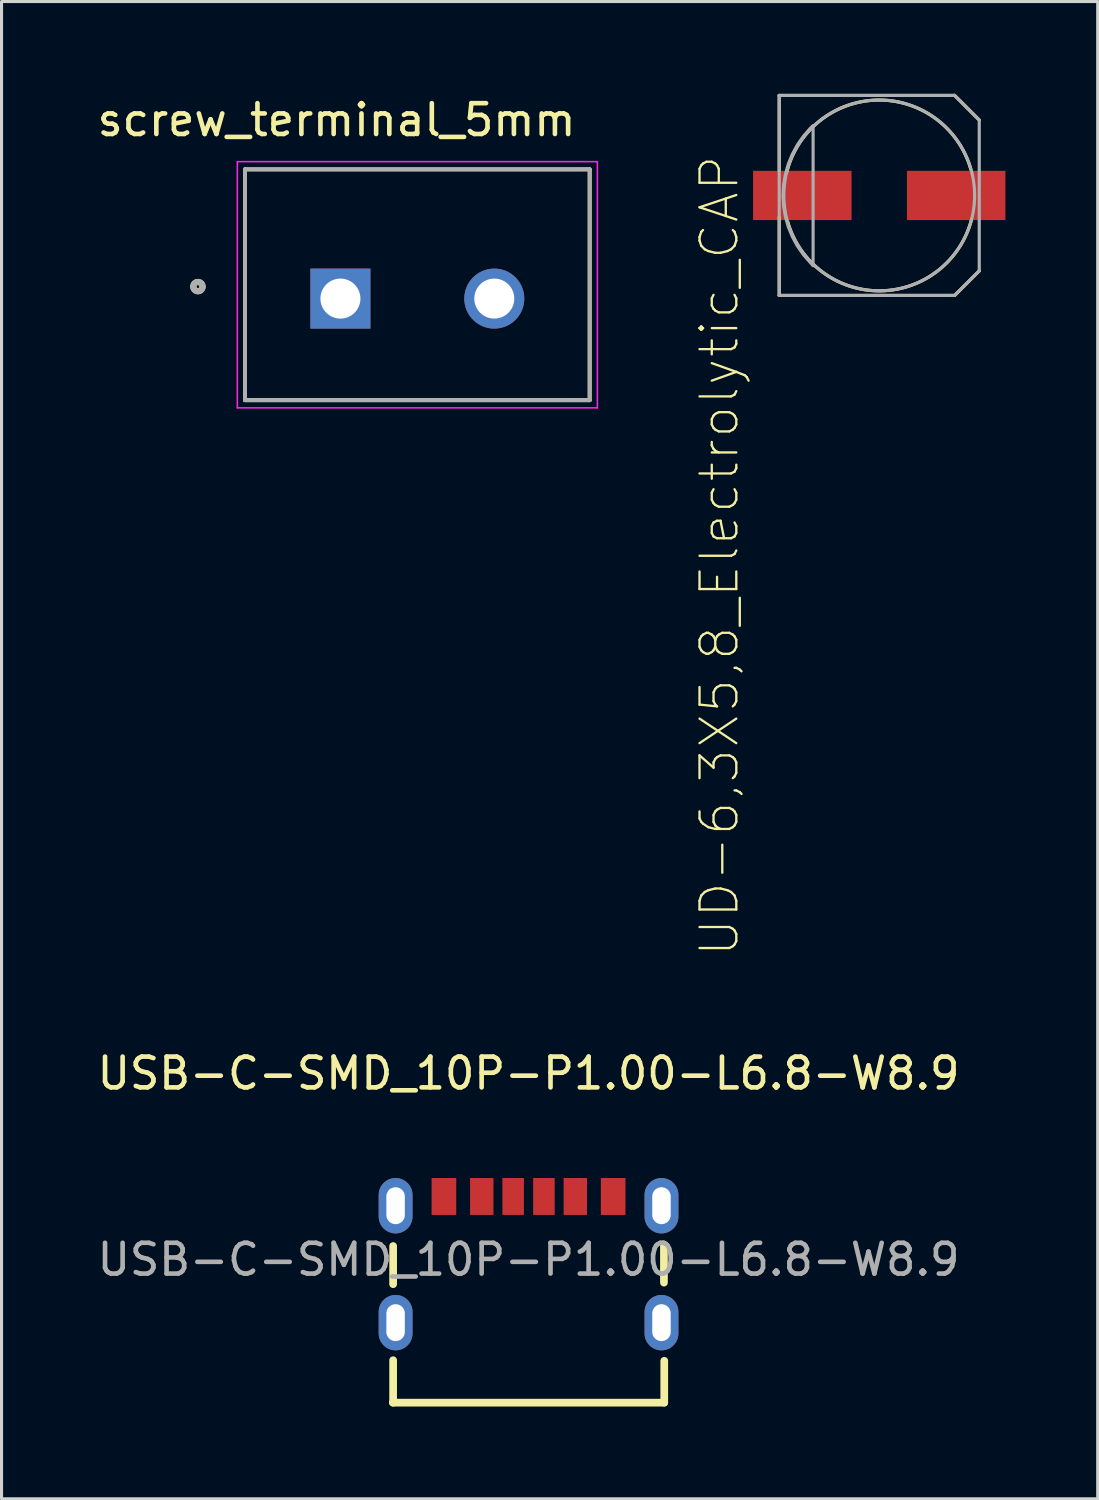
<source format=kicad_pcb>
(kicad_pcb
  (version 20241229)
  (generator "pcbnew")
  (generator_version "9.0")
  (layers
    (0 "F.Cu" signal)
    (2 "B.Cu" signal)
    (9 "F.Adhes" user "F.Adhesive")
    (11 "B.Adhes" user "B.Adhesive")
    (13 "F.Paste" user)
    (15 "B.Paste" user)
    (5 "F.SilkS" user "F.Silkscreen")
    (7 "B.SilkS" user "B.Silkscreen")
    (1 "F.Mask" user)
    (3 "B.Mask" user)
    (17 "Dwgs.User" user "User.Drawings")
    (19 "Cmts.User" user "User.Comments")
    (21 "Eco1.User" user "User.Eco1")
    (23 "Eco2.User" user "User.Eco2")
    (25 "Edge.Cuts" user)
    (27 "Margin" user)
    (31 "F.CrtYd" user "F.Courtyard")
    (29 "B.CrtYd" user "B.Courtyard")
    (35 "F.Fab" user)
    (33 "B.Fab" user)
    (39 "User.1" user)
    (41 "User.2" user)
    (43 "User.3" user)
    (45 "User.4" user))
  (footprint "UD-6,3X5,8_Electrolytic_CAP"
    (layer "F.Cu")
    (at 25.521 3.301)
    (property "Reference" "UD-6,3X5,8_Electrolytic_CAP" (at -5.893 -1.372 90) (unlocked yes) (layer "F.SilkS") (effects (font (size 1.195 1.195) (thickness 0.075)) (justify right top)))
    (fp_line (start -3.25 -3.25) (end 2.45 -3.25) (stroke (width 0.102) (type solid)) (layer "F.SilkS"))
    (fp_line (start -3.25 -0.8) (end -3.25 -3.25) (stroke (width 0.102) (type solid)) (layer "F.SilkS"))
    (fp_line (start -3.25 3.25) (end -3.25 0.7) (stroke (width 0.102) (type solid)) (layer "F.SilkS"))
    (fp_line (start 2.45 -3.25) (end 3.25 -2.45) (stroke (width 0.102) (type solid)) (layer "F.SilkS"))
    (fp_line (start 2.45 3.25) (end -3.25 3.25) (stroke (width 0.102) (type solid)) (layer "F.SilkS"))
    (fp_line (start 3.25 2.45) (end 2.45 3.25) (stroke (width 0.102) (type solid)) (layer "F.SilkS"))
    (fp_arc (start -3 -0.775) (mid -0.04121 -3.099781) (end 2.975001 -0.85) (stroke (width 0.1016) (type solid)) (layer "F.SilkS"))
    (fp_arc (start 3 0.775) (mid 0.04121 3.099781) (end -2.975001 0.85) (stroke (width 0.1016) (type solid)) (layer "F.SilkS"))
    (fp_line (start -3.25 -3.25) (end 2.45 -3.25) (stroke (width 0.102) (type solid)) (layer "F.Fab"))
    (fp_line (start -3.25 3.25) (end -3.25 -3.25) (stroke (width 0.102) (type solid)) (layer "F.Fab"))
    (fp_line (start 2.45 -3.25) (end 3.25 -2.45) (stroke (width 0.102) (type solid)) (layer "F.Fab"))
    (fp_line (start 2.45 3.25) (end -3.25 3.25) (stroke (width 0.102) (type solid)) (layer "F.Fab"))
    (fp_line (start 3.25 -2.45) (end 3.25 2.45) (stroke (width 0.102) (type solid)) (layer "F.Fab"))
    (fp_line (start 3.25 2.45) (end 2.45 3.25) (stroke (width 0.102) (type solid)) (layer "F.Fab"))
    (fp_circle (center 0 0) (end 3.1 0) (stroke (width 0.102) (type solid)) (fill no) (layer "F.Fab"))
    (fp_poly (pts (xy -2.149 2.285) (xy -2.464 1.925) (xy -2.661 1.642) (xy -2.825 1.338) (xy -2.956 1.018) (xy -3.05 0.686) (xy -3.107 0.345) (xy -3.126 0.000001) (xy -3.107 -0.345) (xy -3.05 -0.686) (xy -2.956 -1.018) (xy -2.825 -1.338) (xy -2.661 -1.642) (xy -2.464 -1.925) (xy -2.237 -2.185) (xy -2.149 -2.273)) (stroke (width 0.1) (type default)) (fill no) (layer "F.Fab"))
    (pad "+" smd rect (at 2.5 0) (size 3.2 1.6) (layers "F.Cu" "F.Mask" "F.Paste"))
    (pad "-" smd rect (at -2.5 0) (size 3.2 1.6) (layers "F.Cu" "F.Mask" "F.Paste")))
  (footprint "USB-C-SMD_10P-P1.00-L6.8-W8.9"
    (layer "F.Cu")
    (at 14.125 37.88)
    (property "Reference" "USB-C-SMD_10P-P1.00-L6.8-W8.9" (at 0 -6.05 0) (layer "F.SilkS") (effects (font (size 1 1) (thickness 0.15))))
    (attr smd)
    (fp_line (start -4.41 4.65) (end 4.41 4.65) (stroke (width 0.25) (type solid)) (layer "F.SilkS"))
    (fp_line (start -4.4 -0.44) (end -4.4 0.8) (stroke (width 0.25) (type solid)) (layer "F.SilkS"))
    (fp_line (start -4.4 4.65) (end -4.4 3.27) (stroke (width 0.25) (type solid)) (layer "F.SilkS"))
    (fp_line (start 4.4 -0.49) (end 4.4 0.75) (stroke (width 0.25) (type solid)) (layer "F.SilkS"))
    (fp_line (start 4.41 4.65) (end 4.41 3.29) (stroke (width 0.25) (type solid)) (layer "F.SilkS"))
    (fp_circle (center -4.47 -2.25) (end -4.44 -2.25) (stroke (width 0.06) (type solid)) (fill no) (layer "F.Fab"))
    (fp_text user "${REFERENCE}" (at 0 0 0) (layer "F.Fab") (effects (font (size 1 1) (thickness 0.15))))
    (pad "0" thru_hole oval (at -4.32 -1.75) (size 1.1 1.8) (drill oval 0.6 1.2) (layers "*.Cu" "*.Mask"))
    (pad "0" thru_hole oval (at -4.32 2.05) (size 1.1 1.8) (drill oval 0.6 1.2) (layers "*.Cu" "*.Mask"))
    (pad "0" thru_hole oval (at 4.32 -1.75) (size 1.1 1.8) (drill oval 0.6 1.2) (layers "*.Cu" "*.Mask"))
    (pad "0" thru_hole oval (at 4.32 2.05) (size 1.1 1.8) (drill oval 0.6 1.2) (layers "*.Cu" "*.Mask"))
    (pad "1" smd rect (at -2.75 -2.05) (size 0.8 1.2) (layers "F.Cu" "F.Mask" "F.Paste"))
    (pad "2" smd rect (at -1.52 -2.05) (size 0.76 1.2) (layers "F.Cu" "F.Mask" "F.Paste"))
    (pad "3" smd rect (at -0.5 -2.05) (size 0.7 1.2) (layers "F.Cu" "F.Mask" "F.Paste"))
    (pad "4" smd rect (at 0.5 -2.05) (size 0.7 1.2) (layers "F.Cu" "F.Mask" "F.Paste"))
    (pad "5" smd rect (at 1.52 -2.05) (size 0.76 1.2) (layers "F.Cu" "F.Mask" "F.Paste"))
    (pad "6" smd rect (at 2.75 -2.05) (size 0.8 1.2) (layers "F.Cu" "F.Mask" "F.Paste")))
  (footprint "screw_terminal_5mm"
    (layer "F.Cu")
    (at 8.012 6.653)
    (property "Reference" "screw_terminal_5mm" (at -0.125 -5.805 0) (layer "F.SilkS") (effects (font (size 1 1) (thickness 0.15))))
    (attr through_hole)
    (fp_line (start -3.1 -4.2) (end -3.1 3.3) (stroke (width 0.127) (type solid)) (layer "F.SilkS"))
    (fp_line (start -3.1 -4.2) (end 8.1 -4.2) (stroke (width 0.127) (type solid)) (layer "F.SilkS"))
    (fp_line (start -3.1 3.3) (end 8.1 3.3) (stroke (width 0.127) (type solid)) (layer "F.SilkS"))
    (fp_line (start 8.1 -4.2) (end 8.1 3.3) (stroke (width 0.127) (type solid)) (layer "F.SilkS"))
    (fp_circle (center -4.63 -0.39) (end -4.48 -0.39) (stroke (width 0.2) (type solid)) (fill no) (layer "F.SilkS"))
    (fp_line (start -3.35 -4.45) (end 8.35 -4.45) (stroke (width 0.05) (type solid)) (layer "F.CrtYd"))
    (fp_line (start -3.35 3.55) (end -3.35 -4.45) (stroke (width 0.05) (type solid)) (layer "F.CrtYd"))
    (fp_line (start 8.35 -4.45) (end 8.35 3.55) (stroke (width 0.05) (type solid)) (layer "F.CrtYd"))
    (fp_line (start 8.35 3.55) (end -3.35 3.55) (stroke (width 0.05) (type solid)) (layer "F.CrtYd"))
    (fp_line (start -3.1 -4.2) (end -3.1 3.3) (stroke (width 0.127) (type solid)) (layer "F.Fab"))
    (fp_line (start -3.1 -4.2) (end 8.1 -4.2) (stroke (width 0.127) (type solid)) (layer "F.Fab"))
    (fp_line (start -3.1 3.3) (end 8.1 3.3) (stroke (width 0.127) (type solid)) (layer "F.Fab"))
    (fp_line (start 8.1 -4.2) (end 8.1 3.3) (stroke (width 0.127) (type solid)) (layer "F.Fab"))
    (fp_circle (center -4.63 -0.39) (end -4.48 -0.39) (stroke (width 0.2) (type solid)) (fill no) (layer "F.Fab"))
    (pad "1" thru_hole rect (at 0 0) (size 1.95 1.95) (drill 1.3) (layers "*.Cu" "*.Mask"))
    (pad "2" thru_hole circle (at 5 0) (size 1.95 1.95) (drill 1.3) (layers "*.Cu" "*.Mask")))
  (gr_rect
    (start -3 -3)
    (end 32.621 45.655)
    (stroke (width 0.1) (type default))
    (fill no)
    (layer "Edge.Cuts")))
</source>
